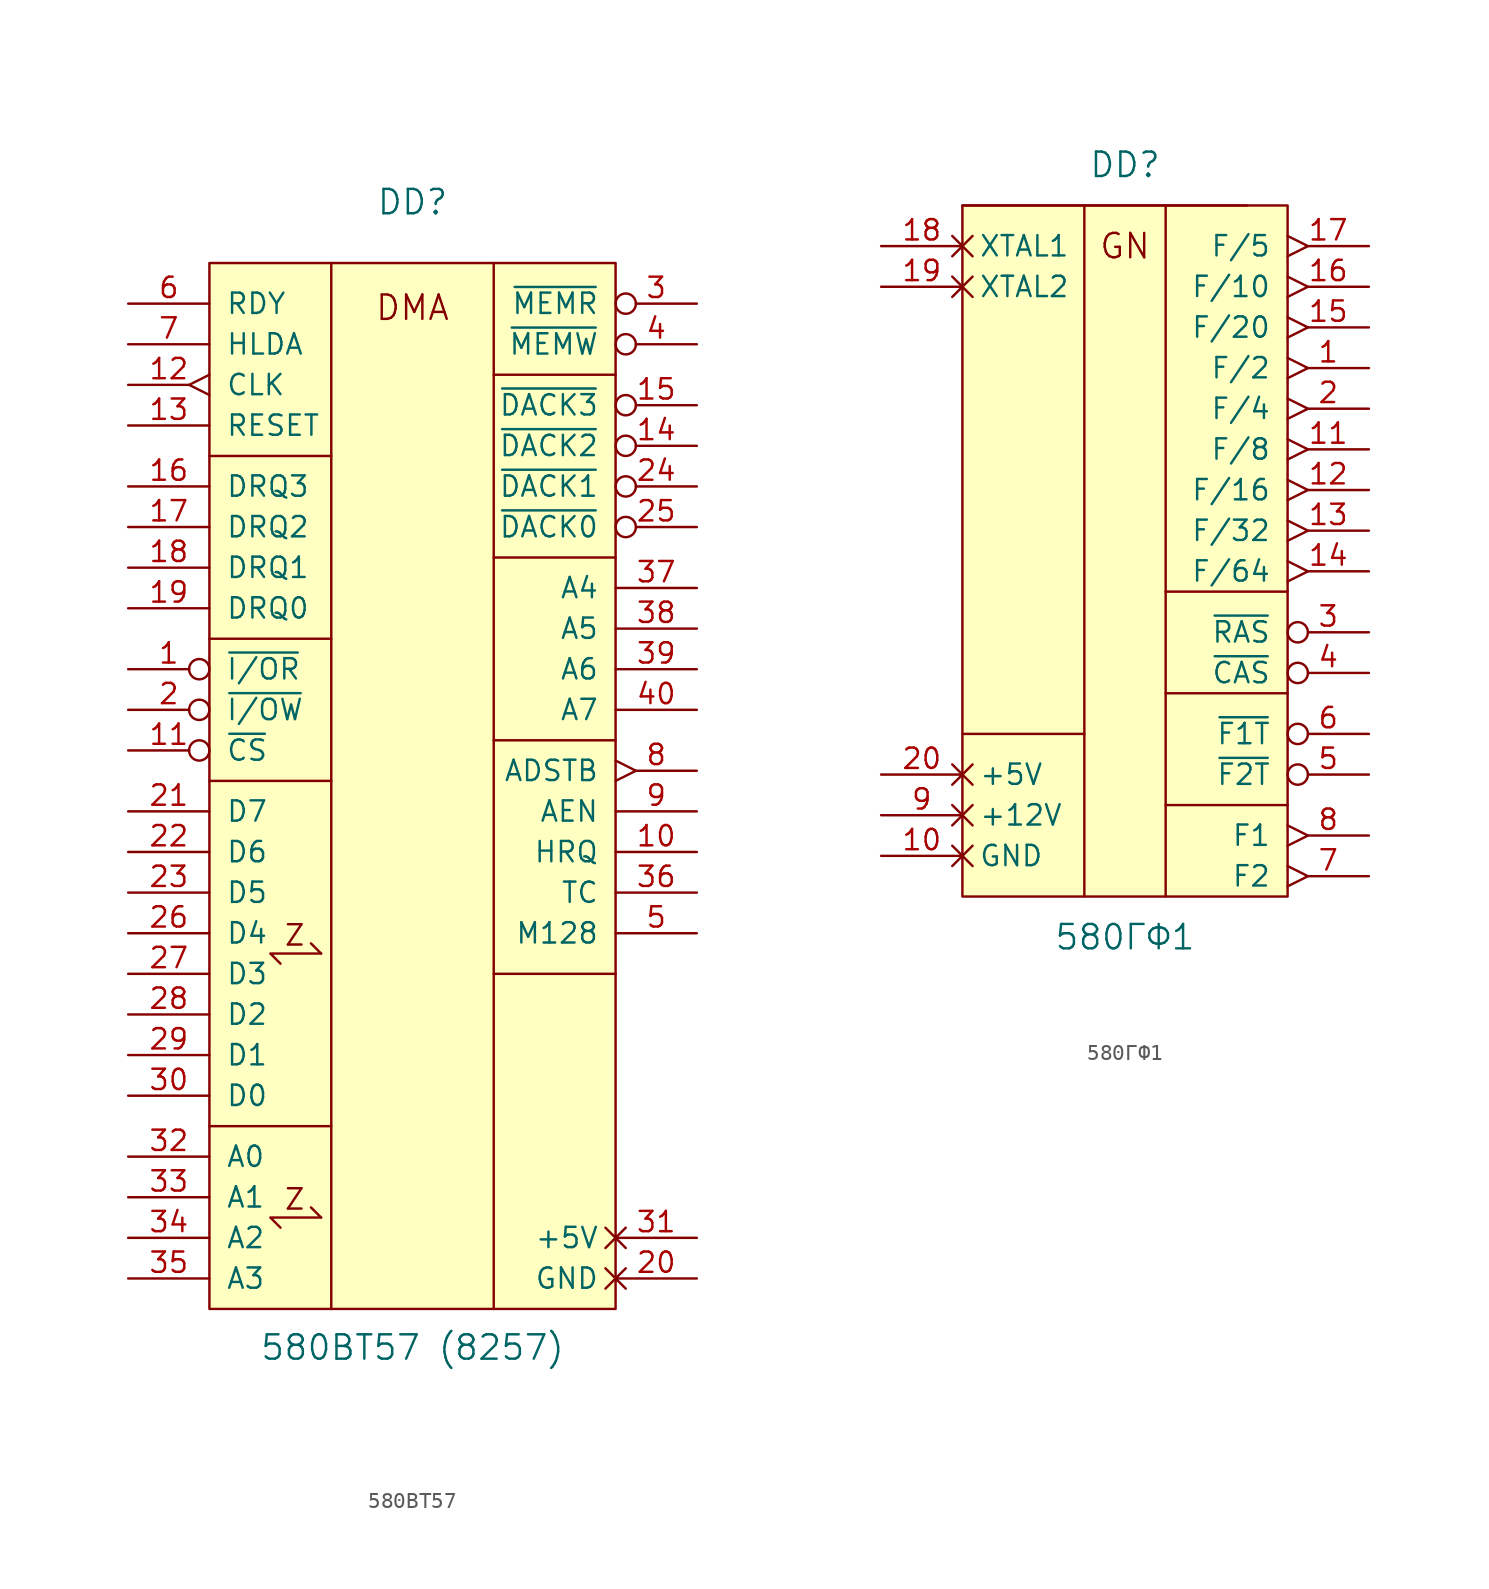
<source format=kicad_sym>
(kicad_symbol_lib
  (version 20231120)
  (generator "kicad_symbol_editor")
  (generator_version "8.0")
  (symbol "580ВТ57"
    (pin_names
      (offset 1.016))
    (property "Reference" "DD"
      (at 0 35.56 0)
      (effects (font (size 1.524 1.524))))
    (property "Value" "580ВТ57 (8257)"
      (at 0 -36.068 0)
      (effects (font (size 1.524 1.524))))
    (symbol "580ВТ57_0_0"
      (polyline (pts (xy -12.7 -22.225) (xy -5.08 -22.225)) (stroke (width 0) (type solid)) (fill (type none)))
      (polyline (pts (xy -12.7 -0.635) (xy -5.08 -0.635)) (stroke (width 0) (type solid)) (fill (type none)))
      (polyline (pts (xy -12.7 8.255) (xy -5.08 8.255)) (stroke (width 0) (type solid)) (fill (type none)))
      (polyline (pts (xy -12.7 19.685) (xy -5.08 19.685)) (stroke (width 0) (type solid)) (fill (type none)))
      (polyline (pts (xy -5.715 -27.94) (xy -6.35 -27.305)) (stroke (width 0) (type default)) (fill (type none)))
      (polyline (pts (xy -5.715 -11.43) (xy -6.35 -10.795)) (stroke (width 0) (type default)) (fill (type none)))
      (polyline (pts (xy -5.08 -33.655) (xy -5.08 31.75)) (stroke (width 0) (type solid)) (fill (type none)))
      (polyline (pts (xy 5.08 -12.7) (xy 12.7 -12.7)) (stroke (width 0) (type solid)) (fill (type none)))
      (polyline (pts (xy 5.08 1.905) (xy 12.7 1.905)) (stroke (width 0) (type solid)) (fill (type none)))
      (polyline (pts (xy 5.08 13.335) (xy 12.7 13.335)) (stroke (width 0) (type solid)) (fill (type none)))
      (polyline (pts (xy 5.08 24.765) (xy 12.7 24.765)) (stroke (width 0) (type solid)) (fill (type none)))
      (polyline (pts (xy 5.08 31.75) (xy 5.08 -33.655)) (stroke (width 0) (type solid)) (fill (type none)))
      (polyline (pts (xy -8.255 -28.575) (xy -8.89 -27.94) (xy -5.715 -27.94)) (stroke (width 0) (type default)) (fill (type none)))
      (polyline (pts (xy -8.255 -12.065) (xy -8.89 -11.43) (xy -5.715 -11.43)) (stroke (width 0) (type default)) (fill (type none))))
    (symbol "580ВТ57_0_1"
      (pin output line (at 17.78 -5.08 180) (length 5.08) (name "HRQ" (effects (font (size 1.27 1.27)))) (number "10" (effects (font (size 1.27 1.27)))))
      (pin output inverted (at 17.78 20.32 180) (length 5.08) (name "~{DACK2}" (effects (font (size 1.27 1.27)))) (number "14" (effects (font (size 1.27 1.27)))))
      (pin output inverted (at 17.78 22.86 180) (length 5.08) (name "~{DACK3}" (effects (font (size 1.27 1.27)))) (number "15" (effects (font (size 1.27 1.27)))))
      (pin input line (at -17.78 17.78 0) (length 5.08) (name "DRQ3" (effects (font (size 1.27 1.27)))) (number "16" (effects (font (size 1.27 1.27)))))
      (pin input line (at -17.78 15.24 0) (length 5.08) (name "DRQ2" (effects (font (size 1.27 1.27)))) (number "17" (effects (font (size 1.27 1.27)))))
      (pin input line (at -17.78 12.7 0) (length 5.08) (name "DRQ1" (effects (font (size 1.27 1.27)))) (number "18" (effects (font (size 1.27 1.27)))))
      (pin input line (at -17.78 10.16 0) (length 5.08) (name "DRQ0" (effects (font (size 1.27 1.27)))) (number "19" (effects (font (size 1.27 1.27)))))
      (pin output inverted (at 17.78 17.78 180) (length 5.08) (name "~{DACK1}" (effects (font (size 1.27 1.27)))) (number "24" (effects (font (size 1.27 1.27)))))
      (pin output inverted (at 17.78 15.24 180) (length 5.08) (name "~{DACK0}" (effects (font (size 1.27 1.27)))) (number "25" (effects (font (size 1.27 1.27)))))
      (pin output line (at 17.78 -7.62 180) (length 5.08) (name "TC" (effects (font (size 1.27 1.27)))) (number "36" (effects (font (size 1.27 1.27)))))
      (pin output line (at 17.78 -10.16 180) (length 5.08) (name "M128" (effects (font (size 1.27 1.27)))) (number "5" (effects (font (size 1.27 1.27)))))
      (pin input line (at -17.78 29.21 0) (length 5.08) (name "RDY" (effects (font (size 1.27 1.27)))) (number "6" (effects (font (size 1.27 1.27)))))
      (pin input line (at -17.78 26.67 0) (length 5.08) (name "HLDA" (effects (font (size 1.27 1.27)))) (number "7" (effects (font (size 1.27 1.27))))))
    (symbol "580ВТ57_1_0"
      (rectangle (start -12.7 31.75) (end 12.7 -33.655) (stroke (width 0) (type solid)) (fill (type background)))
      (text "DMA" (at 0 28.956 0) (effects (font (size 1.524 1.524))))
      (text "Z" (at -7.366 -26.797 0) (effects (font (size 1.27 1.27))))
      (text "Z" (at -7.366 -10.287 0) (effects (font (size 1.27 1.27)))))
    (symbol "580ВТ57_1_1"
      (pin bidirectional inverted (at -17.78 6.35 0) (length 5.08) (name "~{I/OR}" (effects (font (size 1.27 1.27)))) (number "1" (effects (font (size 1.27 1.27)))))
      (pin input inverted (at -17.78 1.27 0) (length 5.08) (name "~{CS}" (effects (font (size 1.27 1.27)))) (number "11" (effects (font (size 1.27 1.27)))))
      (pin input edge_clock_high (at -17.78 24.13 0) (length 5.08) (name "CLK" (effects (font (size 1.27 1.27)))) (number "12" (effects (font (size 1.27 1.27)))))
      (pin input line (at -17.78 21.59 0) (length 5.08) (name "RESET" (effects (font (size 1.27 1.27)))) (number "13" (effects (font (size 1.27 1.27)))))
      (pin bidirectional inverted (at -17.78 3.81 0) (length 5.08) (name "~{I/OW}" (effects (font (size 1.27 1.27)))) (number "2" (effects (font (size 1.27 1.27)))))
      (pin power_in non_logic (at 17.78 -31.75 180) (length 5.08) (name "GND" (effects (font (size 1.27 1.27)))) (number "20" (effects (font (size 1.27 1.27)))))
      (pin tri_state line (at -17.78 -2.54 0) (length 5.08) (name "D7" (effects (font (size 1.27 1.27)))) (number "21" (effects (font (size 1.27 1.27)))))
      (pin tri_state line (at -17.78 -5.08 0) (length 5.08) (name "D6" (effects (font (size 1.27 1.27)))) (number "22" (effects (font (size 1.27 1.27)))))
      (pin tri_state line (at -17.78 -7.62 0) (length 5.08) (name "D5" (effects (font (size 1.27 1.27)))) (number "23" (effects (font (size 1.27 1.27)))))
      (pin tri_state line (at -17.78 -10.16 0) (length 5.08) (name "D4" (effects (font (size 1.27 1.27)))) (number "26" (effects (font (size 1.27 1.27)))))
      (pin tri_state line (at -17.78 -12.7 0) (length 5.08) (name "D3" (effects (font (size 1.27 1.27)))) (number "27" (effects (font (size 1.27 1.27)))))
      (pin tri_state line (at -17.78 -15.24 0) (length 5.08) (name "D2" (effects (font (size 1.27 1.27)))) (number "28" (effects (font (size 1.27 1.27)))))
      (pin tri_state line (at -17.78 -17.78 0) (length 5.08) (name "D1" (effects (font (size 1.27 1.27)))) (number "29" (effects (font (size 1.27 1.27)))))
      (pin output inverted (at 17.78 29.21 180) (length 5.08) (name "~{MEMR}" (effects (font (size 1.27 1.27)))) (number "3" (effects (font (size 1.27 1.27)))))
      (pin tri_state line (at -17.78 -20.32 0) (length 5.08) (name "D0" (effects (font (size 1.27 1.27)))) (number "30" (effects (font (size 1.27 1.27)))))
      (pin power_in non_logic (at 17.78 -29.21 180) (length 5.08) (name "+5V" (effects (font (size 1.27 1.27)))) (number "31" (effects (font (size 1.27 1.27)))))
      (pin tri_state line (at -17.78 -24.13 0) (length 5.08) (name "A0" (effects (font (size 1.27 1.27)))) (number "32" (effects (font (size 1.27 1.27)))))
      (pin tri_state line (at -17.78 -26.67 0) (length 5.08) (name "A1" (effects (font (size 1.27 1.27)))) (number "33" (effects (font (size 1.27 1.27)))))
      (pin tri_state line (at -17.78 -29.21 0) (length 5.08) (name "A2" (effects (font (size 1.27 1.27)))) (number "34" (effects (font (size 1.27 1.27)))))
      (pin tri_state line (at -17.78 -31.75 0) (length 5.08) (name "A3" (effects (font (size 1.27 1.27)))) (number "35" (effects (font (size 1.27 1.27)))))
      (pin output line (at 17.78 11.43 180) (length 5.08) (name "A4" (effects (font (size 1.27 1.27)))) (number "37" (effects (font (size 1.27 1.27)))))
      (pin output line (at 17.78 8.89 180) (length 5.08) (name "A5" (effects (font (size 1.27 1.27)))) (number "38" (effects (font (size 1.27 1.27)))))
      (pin output line (at 17.78 6.35 180) (length 5.08) (name "A6" (effects (font (size 1.27 1.27)))) (number "39" (effects (font (size 1.27 1.27)))))
      (pin output inverted (at 17.78 26.67 180) (length 5.08) (name "~{MEMW}" (effects (font (size 1.27 1.27)))) (number "4" (effects (font (size 1.27 1.27)))))
      (pin output line (at 17.78 3.81 180) (length 5.08) (name "A7" (effects (font (size 1.27 1.27)))) (number "40" (effects (font (size 1.27 1.27)))))
      (pin output edge_clock_high (at 17.78 0 180) (length 5.08) (name "ADSTB" (effects (font (size 1.27 1.27)))) (number "8" (effects (font (size 1.27 1.27)))))
      (pin output line (at 17.78 -2.54 180) (length 5.08) (name "AEN" (effects (font (size 1.27 1.27)))) (number "9" (effects (font (size 1.27 1.27)))))))
  (symbol "580ГФ1"
    (pin_names
      (offset 1.016))
    (property "Reference" "DD"
      (at 0 22.86 0)
      (effects (font (size 1.524 1.524))))
    (property "Value" "580ГФ1"
      (at 0 -25.4 0)
      (effects (font (size 1.524 1.524))))
    (symbol "580ГФ1_0_0"
      (rectangle (start -10.16 20.32) (end 7.62 20.32) (stroke (width 0) (type solid)) (fill (type none)))
      (polyline (pts (xy -10.16 -12.7) (xy -2.54 -12.7)) (stroke (width 0) (type solid)) (fill (type none)))
      (polyline (pts (xy -2.54 20.32) (xy -2.54 -22.86)) (stroke (width 0) (type solid)) (fill (type none)))
      (polyline (pts (xy 2.54 -17.145) (xy 10.16 -17.145)) (stroke (width 0) (type solid)) (fill (type none)))
      (polyline (pts (xy 2.54 -10.16) (xy 10.16 -10.16)) (stroke (width 0) (type solid)) (fill (type none)))
      (polyline (pts (xy 2.54 -3.81) (xy 10.16 -3.81)) (stroke (width 0) (type solid)) (fill (type none)))
      (polyline (pts (xy 2.54 20.32) (xy 2.54 -22.86)) (stroke (width 0) (type solid)) (fill (type none)))
      (text "GN" (at 0 17.78 0) (effects (font (size 1.524 1.524)))))
    (symbol "580ГФ1_1_0"
      (rectangle (start -10.16 20.32) (end 10.16 -22.86) (stroke (width 0) (type solid)) (fill (type background))))
    (symbol "580ГФ1_1_1"
      (pin output edge_clock_high (at 15.24 10.16 180) (length 5.08) (name "F/2" (effects (font (size 1.27 1.27)))) (number "1" (effects (font (size 1.27 1.27)))))
      (pin power_in non_logic (at -15.24 -20.32 0) (length 5.08) (name "GND" (effects (font (size 1.27 1.27)))) (number "10" (effects (font (size 1.27 1.27)))))
      (pin output edge_clock_high (at 15.24 5.08 180) (length 5.08) (name "F/8" (effects (font (size 1.27 1.27)))) (number "11" (effects (font (size 1.27 1.27)))))
      (pin output edge_clock_high (at 15.24 2.54 180) (length 5.08) (name "F/16" (effects (font (size 1.27 1.27)))) (number "12" (effects (font (size 1.27 1.27)))))
      (pin output edge_clock_high (at 15.24 0 180) (length 5.08) (name "F/32" (effects (font (size 1.27 1.27)))) (number "13" (effects (font (size 1.27 1.27)))))
      (pin output edge_clock_high (at 15.24 -2.54 180) (length 5.08) (name "F/64" (effects (font (size 1.27 1.27)))) (number "14" (effects (font (size 1.27 1.27)))))
      (pin output edge_clock_high (at 15.24 12.7 180) (length 5.08) (name "F/20" (effects (font (size 1.27 1.27)))) (number "15" (effects (font (size 1.27 1.27)))))
      (pin output edge_clock_high (at 15.24 15.24 180) (length 5.08) (name "F/10" (effects (font (size 1.27 1.27)))) (number "16" (effects (font (size 1.27 1.27)))))
      (pin output edge_clock_high (at 15.24 17.78 180) (length 5.08) (name "F/5" (effects (font (size 1.27 1.27)))) (number "17" (effects (font (size 1.27 1.27)))))
      (pin input non_logic (at -15.24 17.78 0) (length 5.08) (name "XTAL1" (effects (font (size 1.27 1.27)))) (number "18" (effects (font (size 1.27 1.27)))))
      (pin input non_logic (at -15.24 15.24 0) (length 5.08) (name "XTAL2" (effects (font (size 1.27 1.27)))) (number "19" (effects (font (size 1.27 1.27)))))
      (pin output edge_clock_high (at 15.24 7.62 180) (length 5.08) (name "F/4" (effects (font (size 1.27 1.27)))) (number "2" (effects (font (size 1.27 1.27)))))
      (pin power_in non_logic (at -15.24 -15.24 0) (length 5.08) (name "+5V" (effects (font (size 1.27 1.27)))) (number "20" (effects (font (size 1.27 1.27)))))
      (pin output inverted (at 15.24 -6.35 180) (length 5.08) (name "~{RAS}" (effects (font (size 1.27 1.27)))) (number "3" (effects (font (size 1.27 1.27)))))
      (pin output inverted (at 15.24 -8.89 180) (length 5.08) (name "~{CAS}" (effects (font (size 1.27 1.27)))) (number "4" (effects (font (size 1.27 1.27)))))
      (pin output inverted (at 15.24 -15.24 180) (length 5.08) (name "~{F2T}" (effects (font (size 1.27 1.27)))) (number "5" (effects (font (size 1.27 1.27)))))
      (pin output inverted (at 15.24 -12.7 180) (length 5.08) (name "~{F1T}" (effects (font (size 1.27 1.27)))) (number "6" (effects (font (size 1.27 1.27)))))
      (pin output edge_clock_high (at 15.24 -21.59 180) (length 5.08) (name "F2" (effects (font (size 1.27 1.27)))) (number "7" (effects (font (size 1.27 1.27)))))
      (pin output edge_clock_high (at 15.24 -19.05 180) (length 5.08) (name "F1" (effects (font (size 1.27 1.27)))) (number "8" (effects (font (size 1.27 1.27)))))
      (pin power_in non_logic (at -15.24 -17.78 0) (length 5.08) (name "+12V" (effects (font (size 1.27 1.27)))) (number "9" (effects (font (size 1.27 1.27))))))))
</source>
